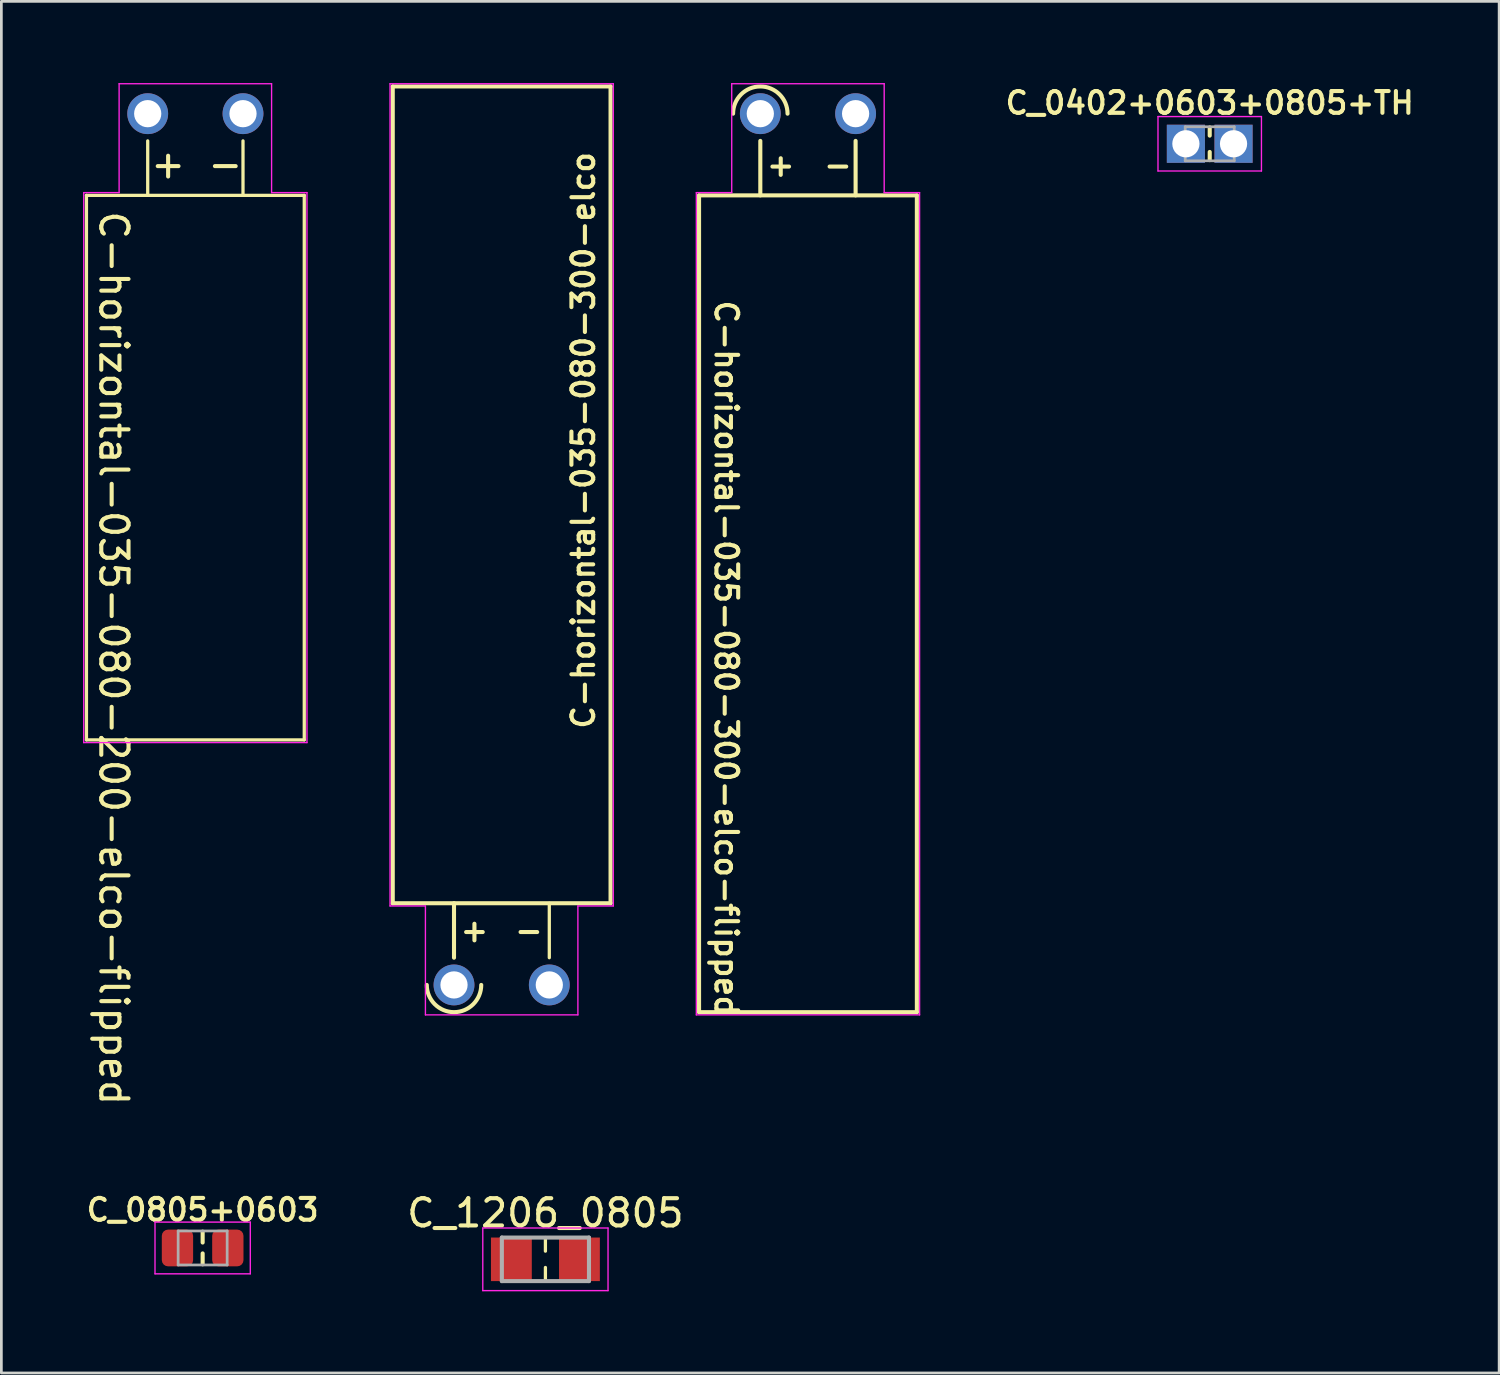
<source format=kicad_pcb>
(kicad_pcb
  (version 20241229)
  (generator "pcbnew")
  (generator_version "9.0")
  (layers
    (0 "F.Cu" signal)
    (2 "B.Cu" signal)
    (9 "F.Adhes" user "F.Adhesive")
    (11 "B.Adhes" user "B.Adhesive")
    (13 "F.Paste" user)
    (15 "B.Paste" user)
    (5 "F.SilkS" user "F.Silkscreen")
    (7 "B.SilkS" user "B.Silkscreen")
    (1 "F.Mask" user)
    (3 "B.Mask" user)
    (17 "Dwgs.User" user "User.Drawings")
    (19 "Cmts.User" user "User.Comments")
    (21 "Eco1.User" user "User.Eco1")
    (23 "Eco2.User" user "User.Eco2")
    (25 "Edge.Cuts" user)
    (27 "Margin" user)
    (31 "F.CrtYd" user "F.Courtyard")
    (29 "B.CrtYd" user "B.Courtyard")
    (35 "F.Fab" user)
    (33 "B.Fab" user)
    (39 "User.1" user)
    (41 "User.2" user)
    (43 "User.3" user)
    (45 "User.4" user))
  (footprint "C-horizontal-035-080-300-elco"
    (layer "F.Cu")
    (at 15.375 33.125)
    (property "Reference" "C-horizontal-035-080-300-elco" (at 3 -20 90) (unlocked yes) (layer "F.SilkS") (effects (font (size 0.8 0.8) (thickness 0.15))))
    (attr through_hole)
    (fp_line (start -4 -33) (end -4 -3) (stroke (width 0.15) (type solid)) (layer "F.SilkS"))
    (fp_line (start -4 -3) (end 4 -3) (stroke (width 0.15) (type solid)) (layer "F.SilkS"))
    (fp_line (start -1.75 -1) (end -1.75 -3) (stroke (width 0.15) (type solid)) (layer "F.SilkS"))
    (fp_line (start 1.75 -1) (end 1.75 -3) (stroke (width 0.12) (type solid)) (layer "F.SilkS"))
    (fp_line (start 4 -33) (end -4 -33) (stroke (width 0.15) (type solid)) (layer "F.SilkS"))
    (fp_line (start 4 -3) (end 4 -33) (stroke (width 0.15) (type solid)) (layer "F.SilkS"))
    (fp_arc (start -0.75 0) (mid -1.75 1) (end -2.75 0) (stroke (width 0.15) (type default)) (layer "F.SilkS"))
    (fp_line (start -4.1 -33.1) (end -4.1 -2.9) (stroke (width 0.05) (type solid)) (layer "F.CrtYd"))
    (fp_line (start -4.1 -2.9) (end -2.8 -2.9) (stroke (width 0.05) (type solid)) (layer "F.CrtYd"))
    (fp_line (start -2.8 -2.9) (end -2.8 1.1) (stroke (width 0.05) (type solid)) (layer "F.CrtYd"))
    (fp_line (start -2.8 1.1) (end 2.8 1.1) (stroke (width 0.05) (type solid)) (layer "F.CrtYd"))
    (fp_line (start 2.8 -2.9) (end 4.1 -2.9) (stroke (width 0.05) (type solid)) (layer "F.CrtYd"))
    (fp_line (start 2.8 1.1) (end 2.8 -2.9) (stroke (width 0.05) (type solid)) (layer "F.CrtYd"))
    (fp_line (start 4.1 -33.1) (end -4.1 -33.1) (stroke (width 0.05) (type solid)) (layer "F.CrtYd"))
    (fp_line (start 4.1 -2.9) (end 4.1 -33.1) (stroke (width 0.05) (type solid)) (layer "F.CrtYd"))
    (fp_text user "-" (at 1 -2 0) (unlocked yes) (layer "F.SilkS") (effects (font (size 0.8 0.8) (thickness 0.15))))
    (fp_text user "+" (at -1 -2 0) (unlocked yes) (layer "F.SilkS") (effects (font (size 0.8 0.8) (thickness 0.15))))
    (pad "1" thru_hole circle (at -1.75 0) (size 1.5 1.5) (drill 1) (layers "*.Cu" "*.Mask"))
    (pad "2" thru_hole circle (at 1.75 0) (size 1.5 1.5) (drill 1) (layers "*.Cu" "*.Mask")))
  (footprint "C_1206_0805"
    (layer "F.Cu")
    (at 16.982 43.203)
    (property "Reference" "C_1206_0805" (at 0 -1.7 0) (layer "F.SilkS") (effects (font (size 1 1) (thickness 0.15))))
    (attr smd)
    (fp_line (start 0 -0.8) (end 0 -0.3) (stroke (width 0.12) (type solid)) (layer "F.SilkS"))
    (fp_line (start 0 0.8) (end 0 0.3) (stroke (width 0.12) (type solid)) (layer "F.SilkS"))
    (fp_line (start -2.3 -1.15) (end -2.3 1.15) (stroke (width 0.05) (type solid)) (layer "F.CrtYd"))
    (fp_line (start -2.3 -1.15) (end 2.3 -1.15) (stroke (width 0.05) (type solid)) (layer "F.CrtYd"))
    (fp_line (start -2.3 1.15) (end 2.3 1.15) (stroke (width 0.05) (type solid)) (layer "F.CrtYd"))
    (fp_line (start 2.3 -1.15) (end 2.3 1.15) (stroke (width 0.05) (type solid)) (layer "F.CrtYd"))
    (fp_line (start -1.6 -0.8) (end 1.6 -0.8) (stroke (width 0.15) (type solid)) (layer "F.Fab"))
    (fp_line (start -1.6 0.8) (end -1.6 -0.8) (stroke (width 0.15) (type solid)) (layer "F.Fab"))
    (fp_line (start 1.6 -0.8) (end 1.6 0.8) (stroke (width 0.15) (type solid)) (layer "F.Fab"))
    (fp_line (start 1.6 0.8) (end -1.6 0.8) (stroke (width 0.15) (type solid)) (layer "F.Fab"))
    (pad "1" smd rect (at -1.25 0) (size 1.5 1.6) (layers "F.Cu" "F.Mask" "F.Paste"))
    (pad "2" smd rect (at 1.25 0) (size 1.5 1.6) (layers "F.Cu" "F.Mask" "F.Paste")))
  (footprint "C_0805+0603"
    (layer "F.Cu")
    (at 4.393 42.786)
    (property "Reference" "C_0805+0603" (at 0 -1.4 0) (layer "F.SilkS") (effects (font (size 0.8 0.8) (thickness 0.15))))
    (attr smd)
    (fp_line (start 0 -0.6) (end 0 -0.2) (stroke (width 0.15) (type solid)) (layer "F.SilkS"))
    (fp_line (start 0 0.6) (end 0 0.2) (stroke (width 0.15) (type solid)) (layer "F.SilkS"))
    (fp_line (start -1.75 -0.95) (end -1.75 0.95) (stroke (width 0.05) (type solid)) (layer "F.CrtYd"))
    (fp_line (start -1.75 -0.95) (end 1.75 -0.95) (stroke (width 0.05) (type solid)) (layer "F.CrtYd"))
    (fp_line (start -1.75 0.95) (end 1.75 0.95) (stroke (width 0.05) (type solid)) (layer "F.CrtYd"))
    (fp_line (start 1.75 -0.95) (end 1.75 0.95) (stroke (width 0.05) (type solid)) (layer "F.CrtYd"))
    (fp_line (start -0.9 -0.625) (end 0.9 -0.625) (stroke (width 0.1) (type solid)) (layer "F.Fab"))
    (fp_line (start -0.9 0.625) (end -0.9 -0.625) (stroke (width 0.1) (type solid)) (layer "F.Fab"))
    (fp_line (start 0.9 -0.625) (end 0.9 0.625) (stroke (width 0.1) (type solid)) (layer "F.Fab"))
    (fp_line (start 0.9 0.625) (end -0.9 0.625) (stroke (width 0.1) (type solid)) (layer "F.Fab"))
    (pad "1" smd roundrect (at -0.925 0) (size 1.15 1.35) (layers "F.Cu" "F.Mask" "F.Paste") (roundrect_rratio 0.2))
    (pad "2" smd roundrect (at 0.925 0) (size 1.15 1.35) (layers "F.Cu" "F.Mask" "F.Paste") (roundrect_rratio 0.2)))
  (footprint "C_0402+0603+0805+TH"
    (layer "F.Cu")
    (at 41.381 2.231)
    (property "Reference" "C_0402+0603+0805+TH" (at 0 -1.5 0) (layer "F.SilkS") (effects (font (size 0.8 0.8) (thickness 0.15))))
    (attr through_hole)
    (fp_line (start 0 -0.6) (end 0 -0.3) (stroke (width 0.15) (type default)) (layer "F.SilkS"))
    (fp_line (start 0 0.6) (end 0 0.3) (stroke (width 0.15) (type default)) (layer "F.SilkS"))
    (fp_line (start -1.9 -1) (end -1.9 1) (stroke (width 0.05) (type solid)) (layer "F.CrtYd"))
    (fp_line (start -1.9 -1) (end 1.9 -1) (stroke (width 0.05) (type solid)) (layer "F.CrtYd"))
    (fp_line (start -1.9 1) (end 1.9 1) (stroke (width 0.05) (type solid)) (layer "F.CrtYd"))
    (fp_line (start 1.9 -1) (end 1.9 1) (stroke (width 0.05) (type solid)) (layer "F.CrtYd"))
    (fp_line (start -0.9 -0.625) (end 0.9 -0.625) (stroke (width 0.1) (type solid)) (layer "F.Fab"))
    (fp_line (start -0.9 0.625) (end -0.9 -0.625) (stroke (width 0.1) (type solid)) (layer "F.Fab"))
    (fp_line (start 0.9 -0.625) (end 0.9 0.625) (stroke (width 0.1) (type solid)) (layer "F.Fab"))
    (fp_line (start 0.9 0.625) (end -0.9 0.625) (stroke (width 0.1) (type solid)) (layer "F.Fab"))
    (pad "1" thru_hole rect (at -0.875 0) (size 1.4 1.4) (drill 1) (layers "*.Cu" "*.Mask"))
    (pad "2" thru_hole rect (at 0.875 0) (size 1.4 1.4) (drill 1) (layers "*.Cu" "*.Mask")))
  (footprint "C-horizontal-035-080-300-elco-flipped"
    (layer "F.Cu")
    (at 26.625 1.125)
    (property "Reference" "C-horizontal-035-080-300-elco-flipped" (at -3 20 270) (unlocked yes) (layer "F.SilkS") (effects (font (size 0.8 0.8) (thickness 0.15))))
    (attr through_hole)
    (fp_line (start -4 3) (end -4 33) (stroke (width 0.15) (type solid)) (layer "F.SilkS"))
    (fp_line (start -4 33) (end 4 33) (stroke (width 0.15) (type solid)) (layer "F.SilkS"))
    (fp_line (start -1.75 1) (end -1.75 3) (stroke (width 0.15) (type solid)) (layer "F.SilkS"))
    (fp_line (start 1.75 1) (end 1.75 3) (stroke (width 0.15) (type solid)) (layer "F.SilkS"))
    (fp_line (start 4 3) (end -4 3) (stroke (width 0.15) (type solid)) (layer "F.SilkS"))
    (fp_line (start 4 33) (end 4 3) (stroke (width 0.15) (type solid)) (layer "F.SilkS"))
    (fp_arc (start -2.75 0) (mid -1.75 -1) (end -0.75 0) (stroke (width 0.15) (type default)) (layer "F.SilkS"))
    (fp_line (start -4.1 2.9) (end -4.1 33.1) (stroke (width 0.05) (type solid)) (layer "F.CrtYd"))
    (fp_line (start -4.1 33.1) (end 4.1 33.1) (stroke (width 0.05) (type solid)) (layer "F.CrtYd"))
    (fp_line (start -2.8 -1.1) (end -2.8 2.9) (stroke (width 0.05) (type solid)) (layer "F.CrtYd"))
    (fp_line (start -2.8 -1.1) (end 2.8 -1.1) (stroke (width 0.05) (type solid)) (layer "F.CrtYd"))
    (fp_line (start -2.8 2.9) (end -4.1 2.9) (stroke (width 0.05) (type solid)) (layer "F.CrtYd"))
    (fp_line (start 2.8 2.9) (end 2.8 -1.1) (stroke (width 0.05) (type solid)) (layer "F.CrtYd"))
    (fp_line (start 4.1 2.9) (end 2.8 2.9) (stroke (width 0.05) (type solid)) (layer "F.CrtYd"))
    (fp_line (start 4.1 33.1) (end 4.1 2.9) (stroke (width 0.05) (type solid)) (layer "F.CrtYd"))
    (fp_text user "+" (at -1 2 180) (unlocked yes) (layer "F.SilkS") (effects (font (size 0.8 0.8) (thickness 0.15))))
    (fp_text user "-" (at 1.1 2 180) (unlocked yes) (layer "F.SilkS") (effects (font (size 0.8 0.8) (thickness 0.15))))
    (pad "1" thru_hole circle (at -1.75 0) (size 1.5 1.5) (drill 1) (layers "*.Cu" "*.Mask"))
    (pad "2" thru_hole circle (at 1.75 0) (size 1.5 1.5) (drill 1) (layers "*.Cu" "*.Mask")))
  (footprint "C-horizontal-035-080-200-elco-flipped"
    (layer "F.Cu")
    (at 4.125 1.125)
    (property "Reference" "C-horizontal-035-080-200-elco-flipped" (at -3 20 270) (unlocked yes) (layer "F.SilkS") (effects (font (size 1 1) (thickness 0.15))))
    (attr through_hole)
    (fp_line (start -4 3) (end -4 23) (stroke (width 0.12) (type solid)) (layer "F.SilkS"))
    (fp_line (start -4 23) (end 4 23) (stroke (width 0.12) (type solid)) (layer "F.SilkS"))
    (fp_line (start -1.75 1) (end -1.75 3) (stroke (width 0.12) (type solid)) (layer "F.SilkS"))
    (fp_line (start 1.75 1) (end 1.75 3) (stroke (width 0.12) (type solid)) (layer "F.SilkS"))
    (fp_line (start 4 3) (end -4 3) (stroke (width 0.12) (type solid)) (layer "F.SilkS"))
    (fp_line (start 4 23) (end 4 3) (stroke (width 0.12) (type solid)) (layer "F.SilkS"))
    (fp_line (start -4.1 2.9) (end -4.1 23.1) (stroke (width 0.05) (type solid)) (layer "F.CrtYd"))
    (fp_line (start -4.1 23.1) (end 4.1 23.1) (stroke (width 0.05) (type solid)) (layer "F.CrtYd"))
    (fp_line (start -2.8 -1.1) (end -2.8 2.9) (stroke (width 0.05) (type solid)) (layer "F.CrtYd"))
    (fp_line (start -2.8 -1.1) (end 2.8 -1.1) (stroke (width 0.05) (type solid)) (layer "F.CrtYd"))
    (fp_line (start -2.8 2.9) (end -4.1 2.9) (stroke (width 0.05) (type solid)) (layer "F.CrtYd"))
    (fp_line (start 2.8 2.9) (end 2.8 -1.1) (stroke (width 0.05) (type solid)) (layer "F.CrtYd"))
    (fp_line (start 4.1 2.9) (end 2.8 2.9) (stroke (width 0.05) (type solid)) (layer "F.CrtYd"))
    (fp_line (start 4.1 23.1) (end 4.1 2.9) (stroke (width 0.05) (type solid)) (layer "F.CrtYd"))
    (fp_text user "+" (at -1 2 180) (unlocked yes) (layer "F.SilkS") (effects (font (size 1 1) (thickness 0.15))))
    (fp_text user "-" (at 1.1 2 180) (unlocked yes) (layer "F.SilkS") (effects (font (size 1 1) (thickness 0.15))))
    (pad "1" thru_hole circle (at -1.75 0) (size 1.5 1.5) (drill 1) (layers "*.Cu" "*.Mask"))
    (pad "2" thru_hole circle (at 1.75 0) (size 1.5 1.5) (drill 1) (layers "*.Cu" "*.Mask")))
  (gr_rect
    (start -3 -3)
    (end 52.011 47.378)
    (stroke (width 0.1) (type default))
    (fill no)
    (layer "Edge.Cuts")))
</source>
